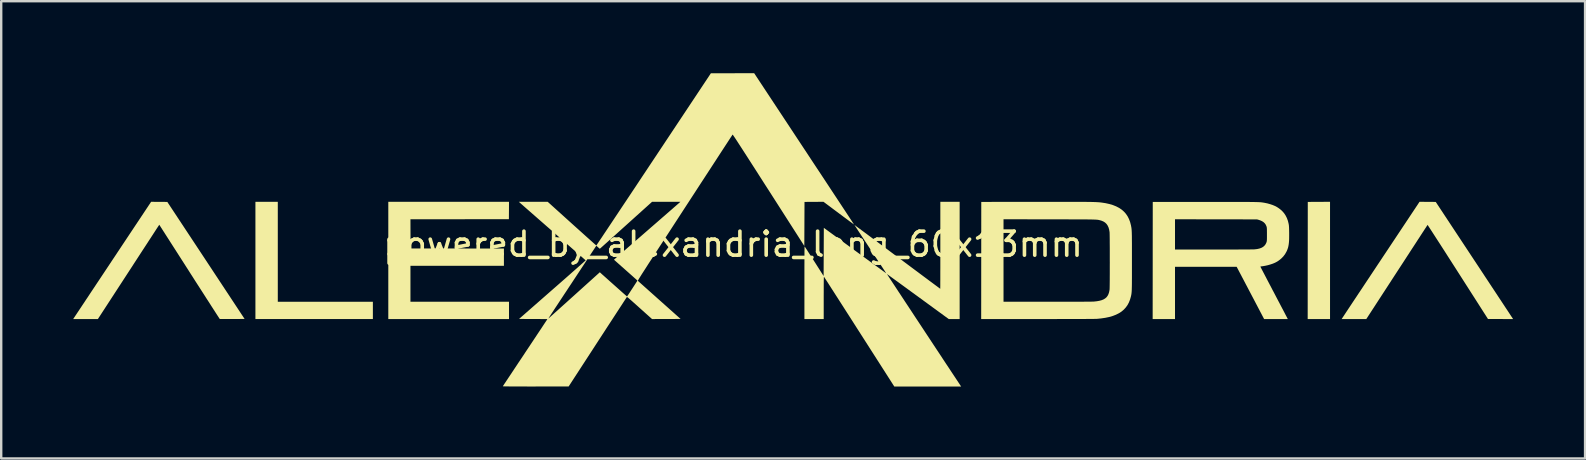
<source format=kicad_pcb>
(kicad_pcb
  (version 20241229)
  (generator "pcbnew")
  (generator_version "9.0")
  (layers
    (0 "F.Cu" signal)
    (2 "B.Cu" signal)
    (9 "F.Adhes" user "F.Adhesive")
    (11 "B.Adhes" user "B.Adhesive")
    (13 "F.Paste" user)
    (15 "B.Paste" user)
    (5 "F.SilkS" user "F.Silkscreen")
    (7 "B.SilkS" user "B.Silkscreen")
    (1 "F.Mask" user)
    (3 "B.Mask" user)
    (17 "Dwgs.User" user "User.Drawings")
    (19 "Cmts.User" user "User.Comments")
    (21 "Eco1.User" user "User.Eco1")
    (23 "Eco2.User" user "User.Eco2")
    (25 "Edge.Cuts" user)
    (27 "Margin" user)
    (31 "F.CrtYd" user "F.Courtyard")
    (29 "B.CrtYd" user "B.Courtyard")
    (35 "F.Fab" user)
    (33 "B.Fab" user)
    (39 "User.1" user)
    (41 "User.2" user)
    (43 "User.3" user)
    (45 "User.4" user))
  (footprint "powered_by_alexandria_long_60x13mm"
    (layer "F.Cu")
    (at 27.497 7.128)
    (property "Reference" "powered_by_alexandria_long_60x13mm" (at 0 0 0) (unlocked yes) (layer "F.SilkS") (effects (font (size 1 1) (thickness 0.15))))
    (fp_poly (pts (xy -18.971 2.397) (xy -15.009 2.397) (xy -15.009 3.117) (xy -19.903 3.117) (xy -19.903 -1.768) (xy -18.971 -1.768)) (stroke (width 0) (type solid)) (fill yes) (layer "F.SilkS"))
    (fp_poly (pts (xy 24.877 3.117) (xy 23.946 3.117) (xy 23.948 0.676) (xy 23.95 -1.764) (xy 24.414 -1.766) (xy 24.877 -1.769)) (stroke (width 0) (type solid)) (fill yes) (layer "F.SilkS"))
    (fp_poly (pts (xy -9.338 -1.406) (xy -9.341 -1.044) (xy -11.392 -1.042) (xy -13.443 -1.04) (xy -13.441 -0.433) (xy -13.438 0.175) (xy -9.548 0.179) (xy -9.548 0.899) (xy -13.443 0.899) (xy -13.443 2.397) (xy -9.336 2.397) (xy -9.336 3.117) (xy -14.366 3.117) (xy -14.366 -1.768) (xy -9.336 -1.768)) (stroke (width 0) (type solid)) (fill yes) (layer "F.SilkS"))
    (fp_poly (pts (xy -23.913 -1.766) (xy -23.575 -1.764) (xy -21.964 0.674) (xy -20.354 3.113) (xy -20.867 3.115) (xy -20.959 3.115) (xy -21.046 3.115) (xy -21.126 3.115) (xy -21.198 3.115) (xy -21.261 3.115) (xy -21.314 3.115) (xy -21.353 3.115) (xy -21.379 3.114) (xy -21.389 3.114) (xy -21.389 3.114) (xy -21.395 3.106) (xy -21.409 3.085) (xy -21.431 3.051) (xy -21.462 3.004) (xy -21.5 2.946) (xy -21.545 2.876) (xy -21.597 2.795) (xy -21.656 2.704) (xy -21.721 2.603) (xy -21.791 2.493) (xy -21.867 2.375) (xy -21.949 2.249) (xy -22.034 2.115) (xy -22.124 1.975) (xy -22.218 1.829) (xy -22.316 1.677) (xy -22.417 1.52) (xy -22.52 1.358) (xy -22.626 1.193) (xy -22.654 1.148) (xy -23.91 -0.813) (xy -23.97 -0.721) (xy -23.98 -0.706) (xy -23.999 -0.677) (xy -24.026 -0.636) (xy -24.061 -0.582) (xy -24.104 -0.516) (xy -24.154 -0.439) (xy -24.21 -0.352) (xy -24.273 -0.255) (xy -24.343 -0.149) (xy -24.417 -0.034) (xy -24.497 0.088) (xy -24.582 0.218) (xy -24.671 0.355) (xy -24.764 0.498) (xy -24.86 0.646) (xy -24.96 0.799) (xy -25.062 0.957) (xy -25.167 1.118) (xy -25.249 1.244) (xy -26.468 3.117) (xy -27.497 3.117) (xy -27.11 2.534) (xy -27.07 2.474) (xy -27.021 2.401) (xy -26.965 2.315) (xy -26.9 2.219) (xy -26.829 2.111) (xy -26.751 1.993) (xy -26.667 1.867) (xy -26.577 1.732) (xy -26.483 1.59) (xy -26.384 1.442) (xy -26.282 1.288) (xy -26.176 1.129) (xy -26.068 0.966) (xy -25.958 0.801) (xy -25.847 0.633) (xy -25.734 0.464) (xy -25.622 0.294) (xy -25.509 0.125) (xy -25.487 0.091) (xy -24.25 -1.768)) (stroke (width 0) (type solid)) (fill yes) (layer "F.SilkS"))
    (fp_poly (pts (xy 28.944 -1.766) (xy 29.282 -1.764) (xy 30.75 0.458) (xy 30.868 0.637) (xy 30.985 0.814) (xy 31.1 0.987) (xy 31.212 1.157) (xy 31.321 1.323) (xy 31.428 1.484) (xy 31.53 1.639) (xy 31.629 1.789) (xy 31.723 1.931) (xy 31.813 2.067) (xy 31.897 2.195) (xy 31.976 2.314) (xy 32.049 2.424) (xy 32.115 2.525) (xy 32.174 2.615) (xy 32.227 2.694) (xy 32.272 2.762) (xy 32.309 2.818) (xy 32.337 2.861) (xy 32.357 2.891) (xy 32.362 2.899) (xy 32.505 3.117) (xy 31.46 3.116) (xy 30.204 1.152) (xy 30.097 0.985) (xy 29.993 0.823) (xy 29.892 0.665) (xy 29.793 0.511) (xy 29.699 0.364) (xy 29.608 0.222) (xy 29.521 0.087) (xy 29.439 -0.041) (xy 29.361 -0.161) (xy 29.289 -0.272) (xy 29.223 -0.375) (xy 29.163 -0.468) (xy 29.109 -0.551) (xy 29.062 -0.624) (xy 29.022 -0.685) (xy 28.99 -0.734) (xy 28.966 -0.771) (xy 28.949 -0.795) (xy 28.942 -0.805) (xy 28.941 -0.806) (xy 28.936 -0.798) (xy 28.923 -0.777) (xy 28.9 -0.743) (xy 28.87 -0.696) (xy 28.831 -0.637) (xy 28.786 -0.567) (xy 28.733 -0.487) (xy 28.674 -0.396) (xy 28.609 -0.295) (xy 28.537 -0.186) (xy 28.461 -0.068) (xy 28.379 0.058) (xy 28.292 0.191) (xy 28.201 0.331) (xy 28.106 0.477) (xy 28.008 0.628) (xy 27.906 0.785) (xy 27.801 0.946) (xy 27.694 1.11) (xy 27.662 1.159) (xy 26.389 3.117) (xy 25.361 3.117) (xy 25.57 2.8) (xy 25.592 2.767) (xy 25.623 2.72) (xy 25.662 2.661) (xy 25.71 2.589) (xy 25.765 2.506) (xy 25.827 2.412) (xy 25.896 2.308) (xy 25.972 2.195) (xy 26.053 2.072) (xy 26.14 1.942) (xy 26.232 1.804) (xy 26.328 1.659) (xy 26.429 1.507) (xy 26.533 1.351) (xy 26.64 1.189) (xy 26.751 1.023) (xy 26.863 0.853) (xy 26.978 0.681) (xy 27.094 0.506) (xy 27.193 0.358) (xy 28.607 -1.769)) (stroke (width 0) (type solid)) (fill yes) (layer "F.SilkS"))
    (fp_poly (pts (xy 20.12 -1.764) (xy 20.32 -1.764) (xy 20.504 -1.764) (xy 20.673 -1.764) (xy 20.83 -1.764) (xy 20.973 -1.764) (xy 21.104 -1.764) (xy 21.223 -1.763) (xy 21.331 -1.763) (xy 21.428 -1.762) (xy 21.516 -1.762) (xy 21.595 -1.761) (xy 21.666 -1.76) (xy 21.728 -1.759) (xy 21.784 -1.758) (xy 21.833 -1.757) (xy 21.876 -1.755) (xy 21.914 -1.754) (xy 21.948 -1.752) (xy 21.977 -1.75) (xy 22.004 -1.748) (xy 22.028 -1.745) (xy 22.05 -1.742) (xy 22.071 -1.739) (xy 22.091 -1.736) (xy 22.111 -1.733) (xy 22.132 -1.729) (xy 22.155 -1.725) (xy 22.155 -1.725) (xy 22.267 -1.702) (xy 22.378 -1.671) (xy 22.483 -1.636) (xy 22.579 -1.596) (xy 22.615 -1.579) (xy 22.67 -1.548) (xy 22.731 -1.508) (xy 22.791 -1.464) (xy 22.845 -1.419) (xy 22.872 -1.394) (xy 22.954 -1.304) (xy 23.022 -1.204) (xy 23.078 -1.095) (xy 23.122 -0.975) (xy 23.151 -0.857) (xy 23.156 -0.83) (xy 23.16 -0.804) (xy 23.164 -0.776) (xy 23.166 -0.744) (xy 23.169 -0.706) (xy 23.17 -0.659) (xy 23.172 -0.602) (xy 23.173 -0.531) (xy 23.174 -0.472) (xy 23.174 -0.349) (xy 23.173 -0.242) (xy 23.17 -0.147) (xy 23.163 -0.063) (xy 23.154 0.012) (xy 23.142 0.08) (xy 23.127 0.143) (xy 23.107 0.202) (xy 23.084 0.261) (xy 23.061 0.31) (xy 23.002 0.414) (xy 22.928 0.511) (xy 22.841 0.599) (xy 22.742 0.678) (xy 22.634 0.745) (xy 22.579 0.773) (xy 22.492 0.809) (xy 22.394 0.842) (xy 22.29 0.872) (xy 22.183 0.896) (xy 22.08 0.914) (xy 22.03 0.92) (xy 21.999 0.924) (xy 21.983 0.928) (xy 21.977 0.934) (xy 21.977 0.94) (xy 21.982 0.949) (xy 21.994 0.972) (xy 22.013 1.008) (xy 22.038 1.057) (xy 22.07 1.118) (xy 22.107 1.189) (xy 22.149 1.269) (xy 22.196 1.359) (xy 22.247 1.457) (xy 22.302 1.562) (xy 22.36 1.673) (xy 22.422 1.79) (xy 22.485 1.912) (xy 22.532 1.999) (xy 22.597 2.124) (xy 22.66 2.245) (xy 22.721 2.361) (xy 22.78 2.472) (xy 22.834 2.576) (xy 22.885 2.673) (xy 22.932 2.762) (xy 22.974 2.842) (xy 23.01 2.912) (xy 23.041 2.971) (xy 23.066 3.019) (xy 23.084 3.053) (xy 23.095 3.075) (xy 23.099 3.081) (xy 23.117 3.117) (xy 22.623 3.117) (xy 22.13 3.117) (xy 21.559 2.029) (xy 20.987 0.941) (xy 18.417 0.941) (xy 18.417 3.117) (xy 17.486 3.117) (xy 17.488 0.676) (xy 17.488 0.221) (xy 18.417 0.221) (xy 20.015 0.221) (xy 20.18 0.221) (xy 20.342 0.221) (xy 20.499 0.221) (xy 20.651 0.22) (xy 20.796 0.22) (xy 20.934 0.219) (xy 21.065 0.219) (xy 21.186 0.218) (xy 21.298 0.218) (xy 21.398 0.217) (xy 21.487 0.217) (xy 21.564 0.216) (xy 21.627 0.215) (xy 21.676 0.214) (xy 21.709 0.214) (xy 21.725 0.213) (xy 21.835 0.201) (xy 21.931 0.18) (xy 22.014 0.151) (xy 22.083 0.113) (xy 22.14 0.065) (xy 22.186 0.008) (xy 22.221 -0.06) (xy 22.23 -0.086) (xy 22.235 -0.101) (xy 22.239 -0.117) (xy 22.242 -0.134) (xy 22.244 -0.156) (xy 22.246 -0.184) (xy 22.247 -0.22) (xy 22.248 -0.267) (xy 22.248 -0.326) (xy 22.248 -0.399) (xy 22.248 -0.414) (xy 22.248 -0.49) (xy 22.247 -0.552) (xy 22.247 -0.6) (xy 22.246 -0.638) (xy 22.244 -0.667) (xy 22.242 -0.69) (xy 22.239 -0.708) (xy 22.235 -0.724) (xy 22.231 -0.74) (xy 22.23 -0.742) (xy 22.2 -0.812) (xy 22.158 -0.872) (xy 22.105 -0.922) (xy 22.039 -0.964) (xy 21.958 -0.999) (xy 21.901 -1.017) (xy 21.834 -1.036) (xy 20.125 -1.038) (xy 18.417 -1.041) (xy 18.417 0.221) (xy 17.488 0.221) (xy 17.49 -1.764) (xy 19.675 -1.764) (xy 19.906 -1.764)) (stroke (width 0) (type solid)) (fill yes) (layer "F.SilkS"))
    (fp_poly (pts (xy 13.849 -1.767) (xy 14.005 -1.767) (xy 14.149 -1.767) (xy 14.28 -1.767) (xy 14.401 -1.767) (xy 14.511 -1.766) (xy 14.611 -1.765) (xy 14.701 -1.765) (xy 14.783 -1.764) (xy 14.857 -1.763) (xy 14.923 -1.762) (xy 14.982 -1.761) (xy 15.036 -1.759) (xy 15.083 -1.758) (xy 15.126 -1.756) (xy 15.164 -1.754) (xy 15.199 -1.752) (xy 15.231 -1.75) (xy 15.26 -1.748) (xy 15.287 -1.745) (xy 15.314 -1.742) (xy 15.339 -1.739) (xy 15.344 -1.739) (xy 15.521 -1.712) (xy 15.683 -1.676) (xy 15.831 -1.632) (xy 15.965 -1.578) (xy 16.086 -1.515) (xy 16.194 -1.443) (xy 16.289 -1.36) (xy 16.371 -1.268) (xy 16.441 -1.165) (xy 16.499 -1.051) (xy 16.546 -0.926) (xy 16.581 -0.791) (xy 16.588 -0.756) (xy 16.592 -0.731) (xy 16.597 -0.706) (xy 16.601 -0.681) (xy 16.604 -0.655) (xy 16.607 -0.627) (xy 16.61 -0.597) (xy 16.612 -0.562) (xy 16.614 -0.523) (xy 16.616 -0.478) (xy 16.617 -0.426) (xy 16.619 -0.367) (xy 16.62 -0.3) (xy 16.62 -0.223) (xy 16.621 -0.136) (xy 16.622 -0.038) (xy 16.622 0.072) (xy 16.622 0.196) (xy 16.622 0.333) (xy 16.622 0.485) (xy 16.622 0.653) (xy 16.622 0.698) (xy 16.622 0.872) (xy 16.622 1.029) (xy 16.622 1.171) (xy 16.622 1.299) (xy 16.622 1.414) (xy 16.621 1.516) (xy 16.621 1.607) (xy 16.62 1.687) (xy 16.619 1.758) (xy 16.617 1.82) (xy 16.616 1.874) (xy 16.614 1.921) (xy 16.612 1.962) (xy 16.609 1.997) (xy 16.606 2.029) (xy 16.603 2.057) (xy 16.599 2.083) (xy 16.595 2.107) (xy 16.59 2.131) (xy 16.585 2.155) (xy 16.579 2.18) (xy 16.579 2.181) (xy 16.542 2.31) (xy 16.494 2.43) (xy 16.435 2.539) (xy 16.364 2.637) (xy 16.282 2.726) (xy 16.187 2.806) (xy 16.079 2.875) (xy 15.958 2.936) (xy 15.825 2.988) (xy 15.677 3.031) (xy 15.515 3.065) (xy 15.339 3.091) (xy 15.17 3.108) (xy 15.148 3.109) (xy 15.11 3.11) (xy 15.056 3.111) (xy 14.987 3.112) (xy 14.902 3.112) (xy 14.801 3.113) (xy 14.684 3.114) (xy 14.55 3.114) (xy 14.401 3.115) (xy 14.235 3.115) (xy 14.053 3.116) (xy 13.854 3.116) (xy 13.639 3.116) (xy 13.407 3.117) (xy 13.159 3.117) (xy 12.894 3.117) (xy 12.695 3.117) (xy 10.34 3.117) (xy 10.341 2.397) (xy 11.271 2.397) (xy 13.094 2.397) (xy 13.32 2.397) (xy 13.533 2.397) (xy 13.734 2.397) (xy 13.922 2.397) (xy 14.096 2.396) (xy 14.257 2.396) (xy 14.403 2.395) (xy 14.535 2.395) (xy 14.653 2.394) (xy 14.755 2.393) (xy 14.842 2.392) (xy 14.914 2.392) (xy 14.969 2.391) (xy 15.008 2.39) (xy 15.031 2.389) (xy 15.155 2.376) (xy 15.263 2.357) (xy 15.357 2.332) (xy 15.438 2.299) (xy 15.506 2.258) (xy 15.563 2.209) (xy 15.608 2.15) (xy 15.643 2.081) (xy 15.669 2.002) (xy 15.687 1.911) (xy 15.691 1.881) (xy 15.692 1.862) (xy 15.693 1.827) (xy 15.694 1.777) (xy 15.695 1.715) (xy 15.696 1.64) (xy 15.697 1.555) (xy 15.698 1.46) (xy 15.698 1.358) (xy 15.699 1.248) (xy 15.699 1.132) (xy 15.699 1.012) (xy 15.699 0.889) (xy 15.7 0.764) (xy 15.699 0.638) (xy 15.699 0.512) (xy 15.699 0.389) (xy 15.699 0.268) (xy 15.699 0.151) (xy 15.698 0.04) (xy 15.697 -0.064) (xy 15.697 -0.16) (xy 15.696 -0.247) (xy 15.695 -0.324) (xy 15.694 -0.389) (xy 15.693 -0.441) (xy 15.692 -0.478) (xy 15.691 -0.5) (xy 15.691 -0.503) (xy 15.673 -0.609) (xy 15.646 -0.702) (xy 15.608 -0.782) (xy 15.56 -0.85) (xy 15.5 -0.906) (xy 15.429 -0.95) (xy 15.347 -0.984) (xy 15.31 -0.994) (xy 15.293 -0.999) (xy 15.278 -1.003) (xy 15.263 -1.006) (xy 15.248 -1.01) (xy 15.233 -1.013) (xy 15.217 -1.016) (xy 15.199 -1.019) (xy 15.178 -1.021) (xy 15.154 -1.023) (xy 15.126 -1.025) (xy 15.094 -1.027) (xy 15.056 -1.028) (xy 15.012 -1.03) (xy 14.961 -1.031) (xy 14.903 -1.032) (xy 14.837 -1.033) (xy 14.762 -1.034) (xy 14.677 -1.034) (xy 14.583 -1.035) (xy 14.477 -1.035) (xy 14.36 -1.036) (xy 14.231 -1.036) (xy 14.089 -1.036) (xy 13.933 -1.037) (xy 13.763 -1.037) (xy 13.578 -1.037) (xy 13.377 -1.037) (xy 13.196 -1.038) (xy 11.271 -1.041) (xy 11.271 2.397) (xy 10.341 2.397) (xy 10.342 0.676) (xy 10.344 -1.764) (xy 12.613 -1.767) (xy 12.858 -1.767) (xy 13.086 -1.767) (xy 13.299 -1.767) (xy 13.496 -1.767) (xy 13.679 -1.767)) (stroke (width 0) (type solid)) (fill yes) (layer "F.SilkS"))
    (fp_poly (pts (xy 9.443 3.117) (xy 8.988 3.117) (xy 7.702 2.178) (xy 7.57 2.082) (xy 7.442 1.989) (xy 7.319 1.899) (xy 7.2 1.812) (xy 7.087 1.73) (xy 6.981 1.653) (xy 6.882 1.58) (xy 6.79 1.514) (xy 6.706 1.453) (xy 6.632 1.399) (xy 6.567 1.352) (xy 6.513 1.313) (xy 6.47 1.282) (xy 6.438 1.259) (xy 6.419 1.246) (xy 6.413 1.242) (xy 6.417 1.249) (xy 6.431 1.27) (xy 6.453 1.303) (xy 6.483 1.35) (xy 6.521 1.408) (xy 6.567 1.478) (xy 6.62 1.558) (xy 6.68 1.649) (xy 6.746 1.749) (xy 6.818 1.859) (xy 6.896 1.978) (xy 6.98 2.104) (xy 7.068 2.238) (xy 7.161 2.38) (xy 7.259 2.528) (xy 7.36 2.681) (xy 7.465 2.84) (xy 7.573 3.005) (xy 7.684 3.173) (xy 7.798 3.345) (xy 7.914 3.521) (xy 8.031 3.699) (xy 8.15 3.879) (xy 8.27 4.061) (xy 8.391 4.244) (xy 8.512 4.427) (xy 8.634 4.611) (xy 8.754 4.794) (xy 8.874 4.976) (xy 8.994 5.156) (xy 9.111 5.334) (xy 9.227 5.509) (xy 9.341 5.681) (xy 9.452 5.849) (xy 9.491 5.909) (xy 9.504 5.928) (xy 6.719 5.928) (xy 5.26 3.648) (xy 5.145 3.469) (xy 5.033 3.293) (xy 4.923 3.121) (xy 4.816 2.954) (xy 4.712 2.792) (xy 4.612 2.636) (xy 4.516 2.486) (xy 4.425 2.344) (xy 4.338 2.208) (xy 4.256 2.081) (xy 4.18 1.962) (xy 4.109 1.852) (xy 4.045 1.751) (xy 3.987 1.661) (xy 3.936 1.581) (xy 3.891 1.513) (xy 3.855 1.456) (xy 3.826 1.411) (xy 3.805 1.379) (xy 3.793 1.361) (xy 3.79 1.356) (xy 3.788 1.356) (xy 3.786 1.361) (xy 3.785 1.372) (xy 3.784 1.39) (xy 3.783 1.416) (xy 3.782 1.45) (xy 3.781 1.493) (xy 3.78 1.547) (xy 3.78 1.612) (xy 3.779 1.689) (xy 3.779 1.778) (xy 3.779 1.882) (xy 3.779 2) (xy 3.778 2.133) (xy 3.778 2.23) (xy 3.778 3.117) (xy 2.974 3.117) (xy 2.974 1.6) (xy 2.974 1.408) (xy 2.974 1.233) (xy 2.974 1.073) (xy 2.974 0.928) (xy 2.975 0.798) (xy 2.975 0.681) (xy 2.975 0.577) (xy 2.976 0.485) (xy 2.976 0.405) (xy 2.976 0.336) (xy 2.977 0.277) (xy 2.978 0.227) (xy 2.979 0.187) (xy 2.979 0.155) (xy 2.98 0.13) (xy 2.981 0.113) (xy 2.983 0.101) (xy 2.984 0.095) (xy 2.985 0.094) (xy 2.986 0.095) (xy 2.992 0.103) (xy 3.006 0.126) (xy 3.029 0.16) (xy 3.058 0.205) (xy 3.094 0.26) (xy 3.135 0.325) (xy 3.182 0.397) (xy 3.232 0.476) (xy 3.287 0.561) (xy 3.344 0.65) (xy 3.386 0.715) (xy 3.774 1.324) (xy 3.783 -0.684) (xy 5.082 0.264) (xy 5.214 0.36) (xy 5.343 0.454) (xy 5.467 0.545) (xy 5.586 0.632) (xy 5.7 0.715) (xy 5.807 0.793) (xy 5.907 0.866) (xy 5.999 0.933) (xy 6.084 0.994) (xy 6.159 1.049) (xy 6.224 1.097) (xy 6.279 1.137) (xy 6.323 1.169) (xy 6.356 1.192) (xy 6.376 1.207) (xy 6.383 1.212) (xy 6.383 1.212) (xy 6.382 1.21) (xy 6.379 1.204) (xy 6.372 1.194) (xy 6.362 1.178) (xy 6.348 1.157) (xy 6.33 1.129) (xy 6.308 1.094) (xy 6.28 1.052) (xy 6.247 1.002) (xy 6.209 0.944) (xy 6.164 0.876) (xy 6.113 0.799) (xy 6.055 0.711) (xy 5.99 0.612) (xy 5.918 0.503) (xy 5.837 0.381) (xy 5.749 0.246) (xy 5.651 0.099) (xy 5.562 -0.037) (xy 5.494 -0.139) (xy 5.429 -0.238) (xy 5.367 -0.331) (xy 5.31 -0.419) (xy 5.256 -0.5) (xy 5.208 -0.574) (xy 5.166 -0.638) (xy 5.13 -0.694) (xy 5.101 -0.739) (xy 5.079 -0.772) (xy 5.066 -0.794) (xy 5.061 -0.802) (xy 5.061 -0.802) (xy 5.068 -0.797) (xy 5.088 -0.783) (xy 5.12 -0.759) (xy 5.165 -0.726) (xy 5.22 -0.685) (xy 5.287 -0.636) (xy 5.363 -0.579) (xy 5.45 -0.515) (xy 5.545 -0.445) (xy 5.649 -0.367) (xy 5.76 -0.284) (xy 5.879 -0.196) (xy 6.005 -0.102) (xy 6.138 -0.003) (xy 6.276 0.099) (xy 6.419 0.206) (xy 6.566 0.316) (xy 6.718 0.429) (xy 6.847 0.525) (xy 7.002 0.641) (xy 7.153 0.753) (xy 7.3 0.863) (xy 7.442 0.969) (xy 7.579 1.071) (xy 7.711 1.169) (xy 7.835 1.262) (xy 7.953 1.35) (xy 8.064 1.432) (xy 8.166 1.509) (xy 8.26 1.578) (xy 8.345 1.641) (xy 8.42 1.697) (xy 8.485 1.745) (xy 8.539 1.785) (xy 8.581 1.816) (xy 8.611 1.839) (xy 8.629 1.852) (xy 8.634 1.855) (xy 8.635 1.847) (xy 8.635 1.823) (xy 8.635 1.783) (xy 8.636 1.728) (xy 8.636 1.66) (xy 8.636 1.578) (xy 8.637 1.485) (xy 8.637 1.38) (xy 8.637 1.264) (xy 8.637 1.138) (xy 8.638 1.003) (xy 8.638 0.859) (xy 8.638 0.708) (xy 8.638 0.55) (xy 8.638 0.386) (xy 8.638 0.217) (xy 8.638 0.043) (xy 8.638 -1.768) (xy 9.443 -1.768)) (stroke (width 0) (type solid)) (fill yes) (layer "F.SilkS"))
    (fp_poly (pts (xy 2.96 -3.979) (xy 3.099 -3.769) (xy 3.235 -3.562) (xy 3.369 -3.359) (xy 3.5 -3.161) (xy 3.628 -2.968) (xy 3.752 -2.78) (xy 3.872 -2.598) (xy 3.988 -2.422) (xy 4.099 -2.253) (xy 4.206 -2.091) (xy 4.308 -1.937) (xy 4.404 -1.791) (xy 4.495 -1.653) (xy 4.58 -1.524) (xy 4.659 -1.405) (xy 4.731 -1.295) (xy 4.797 -1.196) (xy 4.855 -1.107) (xy 4.906 -1.03) (xy 4.949 -0.965) (xy 4.984 -0.911) (xy 5.011 -0.87) (xy 5.029 -0.842) (xy 5.039 -0.827) (xy 5.04 -0.825) (xy 5.033 -0.829) (xy 5.015 -0.842) (xy 4.985 -0.863) (xy 4.946 -0.892) (xy 4.9 -0.926) (xy 4.846 -0.965) (xy 4.788 -1.009) (xy 4.754 -1.034) (xy 4.686 -1.085) (xy 4.606 -1.144) (xy 4.52 -1.209) (xy 4.429 -1.276) (xy 4.337 -1.345) (xy 4.247 -1.412) (xy 4.162 -1.475) (xy 4.119 -1.508) (xy 3.769 -1.769) (xy 3.374 -1.766) (xy 2.978 -1.764) (xy 2.974 -0.846) (xy 2.97 0.071) (xy 1.481 -2.255) (xy 1.338 -2.477) (xy 1.205 -2.685) (xy 1.08 -2.88) (xy 0.964 -3.062) (xy 0.855 -3.231) (xy 0.755 -3.387) (xy 0.662 -3.532) (xy 0.576 -3.666) (xy 0.497 -3.788) (xy 0.425 -3.9) (xy 0.36 -4.001) (xy 0.3 -4.093) (xy 0.247 -4.175) (xy 0.2 -4.248) (xy 0.158 -4.313) (xy 0.121 -4.369) (xy 0.089 -4.417) (xy 0.062 -4.458) (xy 0.039 -4.492) (xy 0.02 -4.519) (xy 0.006 -4.54) (xy -0.005 -4.555) (xy -0.013 -4.564) (xy -0.018 -4.569) (xy -0.019 -4.569) (xy -0.024 -4.562) (xy -0.039 -4.54) (xy -0.061 -4.505) (xy -0.093 -4.458) (xy -0.132 -4.398) (xy -0.179 -4.326) (xy -0.233 -4.243) (xy -0.295 -4.148) (xy -0.363 -4.044) (xy -0.438 -3.929) (xy -0.519 -3.805) (xy -0.606 -3.671) (xy -0.698 -3.529) (xy -0.796 -3.379) (xy -0.899 -3.221) (xy -1.007 -3.055) (xy -1.119 -2.883) (xy -1.235 -2.705) (xy -1.355 -2.521) (xy -1.479 -2.331) (xy -1.605 -2.136) (xy -1.735 -1.937) (xy -1.867 -1.734) (xy -2.002 -1.527) (xy -2.004 -1.524) (xy -2.165 -1.276) (xy -2.317 -1.042) (xy -2.461 -0.821) (xy -2.596 -0.613) (xy -2.723 -0.418) (xy -2.842 -0.235) (xy -2.953 -0.064) (xy -3.057 0.095) (xy -3.154 0.244) (xy -3.243 0.382) (xy -3.326 0.51) (xy -3.402 0.628) (xy -3.473 0.736) (xy -3.537 0.835) (xy -3.595 0.926) (xy -3.648 1.009) (xy -3.696 1.083) (xy -3.739 1.15) (xy -3.778 1.21) (xy -3.812 1.263) (xy -3.841 1.31) (xy -3.867 1.351) (xy -3.889 1.387) (xy -3.908 1.417) (xy -3.924 1.443) (xy -3.936 1.464) (xy -3.946 1.481) (xy -3.954 1.495) (xy -3.959 1.506) (xy -3.963 1.514) (xy -3.965 1.519) (xy -3.965 1.523) (xy -3.965 1.525) (xy -3.965 1.525) (xy -3.957 1.532) (xy -3.937 1.55) (xy -3.906 1.578) (xy -3.865 1.615) (xy -3.814 1.661) (xy -3.754 1.714) (xy -3.685 1.776) (xy -3.609 1.843) (xy -3.527 1.917) (xy -3.438 1.996) (xy -3.344 2.08) (xy -3.245 2.168) (xy -3.143 2.26) (xy -3.068 2.326) (xy -2.185 3.113) (xy -2.78 3.115) (xy -3.376 3.117) (xy -3.895 2.652) (xy -3.988 2.568) (xy -4.069 2.496) (xy -4.14 2.433) (xy -4.2 2.379) (xy -4.251 2.334) (xy -4.294 2.297) (xy -4.328 2.267) (xy -4.356 2.243) (xy -4.378 2.226) (xy -4.395 2.213) (xy -4.407 2.205) (xy -4.415 2.201) (xy -4.421 2.2) (xy -4.424 2.201) (xy -4.426 2.202) (xy -4.431 2.21) (xy -4.446 2.232) (xy -4.469 2.267) (xy -4.5 2.314) (xy -4.539 2.373) (xy -4.585 2.444) (xy -4.637 2.525) (xy -4.697 2.616) (xy -4.762 2.716) (xy -4.834 2.826) (xy -4.91 2.943) (xy -4.992 3.069) (xy -5.078 3.201) (xy -5.169 3.34) (xy -5.263 3.484) (xy -5.36 3.634) (xy -5.461 3.789) (xy -5.564 3.948) (xy -5.645 4.072) (xy -6.851 5.927) (xy -8.226 5.928) (xy -8.41 5.928) (xy -8.579 5.928) (xy -8.731 5.927) (xy -8.869 5.927) (xy -8.992 5.927) (xy -9.102 5.927) (xy -9.199 5.926) (xy -9.283 5.926) (xy -9.356 5.925) (xy -9.417 5.925) (xy -9.468 5.924) (xy -9.51 5.923) (xy -9.542 5.922) (xy -9.566 5.921) (xy -9.582 5.92) (xy -9.591 5.919) (xy -9.593 5.917) (xy -9.593 5.917) (xy -9.588 5.909) (xy -9.574 5.888) (xy -9.551 5.854) (xy -9.521 5.807) (xy -9.482 5.75) (xy -9.437 5.681) (xy -9.385 5.603) (xy -9.326 5.515) (xy -9.262 5.419) (xy -9.193 5.315) (xy -9.119 5.203) (xy -9.04 5.085) (xy -8.958 4.96) (xy -8.871 4.831) (xy -8.782 4.697) (xy -8.69 4.559) (xy -8.662 4.515) (xy -8.569 4.376) (xy -8.479 4.241) (xy -8.392 4.11) (xy -8.309 3.985) (xy -8.229 3.865) (xy -8.154 3.751) (xy -8.083 3.645) (xy -8.018 3.547) (xy -7.958 3.457) (xy -7.905 3.376) (xy -7.858 3.305) (xy -7.818 3.245) (xy -7.785 3.195) (xy -7.76 3.158) (xy -7.744 3.133) (xy -7.737 3.121) (xy -7.736 3.121) (xy -7.744 3.12) (xy -7.768 3.119) (xy -7.806 3.119) (xy -7.857 3.118) (xy -7.92 3.117) (xy -7.992 3.117) (xy -8.073 3.116) (xy -8.162 3.116) (xy -8.257 3.115) (xy -8.327 3.115) (xy -8.918 3.113) (xy -8.893 3.091) (xy -7.691 3.091) (xy -7.691 3.092) (xy -7.69 3.091) (xy -7.687 3.089) (xy -7.685 3.087) (xy -7.683 3.086) (xy -7.675 3.079) (xy -7.655 3.061) (xy -7.623 3.032) (xy -7.581 2.995) (xy -7.529 2.948) (xy -7.468 2.893) (xy -7.398 2.83) (xy -7.32 2.761) (xy -7.235 2.684) (xy -7.144 2.602) (xy -7.046 2.514) (xy -6.943 2.422) (xy -6.836 2.325) (xy -6.725 2.225) (xy -6.61 2.122) (xy -6.607 2.119) (xy -5.551 1.167) (xy -5.528 1.189) (xy -5.511 1.205) (xy -5.483 1.23) (xy -5.446 1.264) (xy -5.4 1.304) (xy -5.347 1.352) (xy -5.288 1.404) (xy -5.225 1.461) (xy -5.157 1.522) (xy -5.086 1.585) (xy -5.014 1.649) (xy -4.941 1.714) (xy -4.869 1.778) (xy -4.799 1.841) (xy -4.731 1.901) (xy -4.667 1.958) (xy -4.608 2.011) (xy -4.554 2.058) (xy -4.509 2.098) (xy -4.471 2.131) (xy -4.443 2.156) (xy -4.425 2.172) (xy -4.418 2.177) (xy -4.413 2.17) (xy -4.399 2.15) (xy -4.378 2.119) (xy -4.35 2.078) (xy -4.317 2.028) (xy -4.28 1.971) (xy -4.239 1.908) (xy -4.198 1.846) (xy -3.984 1.515) (xy -4.004 1.496) (xy -4.012 1.488) (xy -4.032 1.47) (xy -4.062 1.443) (xy -4.101 1.409) (xy -4.148 1.367) (xy -4.201 1.319) (xy -4.26 1.267) (xy -4.323 1.211) (xy -4.388 1.153) (xy -4.456 1.093) (xy -4.523 1.033) (xy -4.59 0.973) (xy -4.656 0.916) (xy -4.717 0.861) (xy -4.775 0.81) (xy -4.827 0.764) (xy -4.872 0.724) (xy -4.909 0.691) (xy -4.937 0.666) (xy -4.954 0.651) (xy -4.959 0.647) (xy -4.96 0.647) (xy -4.961 0.647) (xy -4.962 0.647) (xy -4.963 0.647) (xy -4.962 0.645) (xy -4.96 0.643) (xy -4.955 0.638) (xy -4.948 0.632) (xy -4.938 0.622) (xy -4.924 0.61) (xy -4.906 0.594) (xy -4.884 0.574) (xy -4.857 0.55) (xy -4.823 0.521) (xy -4.784 0.487) (xy -4.739 0.447) (xy -4.686 0.401) (xy -4.626 0.349) (xy -4.558 0.29) (xy -4.481 0.223) (xy -4.395 0.148) (xy -4.3 0.066) (xy -4.195 -0.026) (xy -4.08 -0.126) (xy -3.953 -0.236) (xy -3.815 -0.356) (xy -3.665 -0.486) (xy -3.549 -0.587) (xy -3.421 -0.699) (xy -3.295 -0.808) (xy -3.173 -0.914) (xy -3.056 -1.016) (xy -2.944 -1.114) (xy -2.837 -1.206) (xy -2.737 -1.294) (xy -2.644 -1.375) (xy -2.558 -1.449) (xy -2.481 -1.517) (xy -2.412 -1.577) (xy -2.352 -1.629) (xy -2.303 -1.672) (xy -2.264 -1.706) (xy -2.236 -1.731) (xy -2.22 -1.745) (xy -2.216 -1.748) (xy -2.195 -1.768) (xy -3.375 -1.768) (xy -4.461 -0.79) (xy -4.577 -0.686) (xy -4.689 -0.585) (xy -4.798 -0.487) (xy -4.901 -0.394) (xy -5 -0.305) (xy -5.092 -0.222) (xy -5.178 -0.145) (xy -5.257 -0.074) (xy -5.328 -0.011) (xy -5.39 0.045) (xy -5.443 0.092) (xy -5.486 0.131) (xy -5.519 0.16) (xy -5.541 0.179) (xy -5.55 0.187) (xy -5.551 0.187) (xy -5.559 0.182) (xy -5.577 0.168) (xy -5.602 0.146) (xy -5.627 0.124) (xy -5.697 0.061) (xy -6.612 1.447) (xy -6.731 1.628) (xy -6.842 1.795) (xy -6.943 1.949) (xy -7.037 2.09) (xy -7.122 2.22) (xy -7.2 2.337) (xy -7.27 2.444) (xy -7.334 2.541) (xy -7.391 2.627) (xy -7.442 2.704) (xy -7.486 2.773) (xy -7.526 2.833) (xy -7.56 2.885) (xy -7.589 2.929) (xy -7.614 2.967) (xy -7.635 2.999) (xy -7.651 3.025) (xy -7.665 3.046) (xy -7.675 3.062) (xy -7.682 3.074) (xy -7.687 3.083) (xy -7.69 3.088) (xy -7.691 3.091) (xy -8.893 3.091) (xy -7.527 1.894) (xy -7.394 1.778) (xy -7.266 1.666) (xy -7.141 1.556) (xy -7.021 1.451) (xy -6.906 1.35) (xy -6.797 1.254) (xy -6.695 1.163) (xy -6.599 1.079) (xy -6.51 1.001) (xy -6.43 0.929) (xy -6.358 0.866) (xy -6.296 0.81) (xy -6.243 0.763) (xy -6.201 0.725) (xy -6.17 0.697) (xy -6.15 0.678) (xy -6.142 0.67) (xy -6.142 0.67) (xy -6.149 0.664) (xy -6.168 0.647) (xy -6.199 0.62) (xy -6.24 0.584) (xy -6.292 0.538) (xy -6.354 0.484) (xy -6.425 0.422) (xy -6.505 0.352) (xy -6.593 0.275) (xy -6.688 0.192) (xy -6.79 0.103) (xy -6.899 0.008) (xy -7.013 -0.092) (xy -7.132 -0.196) (xy -7.256 -0.305) (xy -7.384 -0.416) (xy -7.515 -0.531) (xy -7.516 -0.532) (xy -7.647 -0.647) (xy -7.776 -0.759) (xy -7.9 -0.868) (xy -8.02 -0.973) (xy -8.135 -1.073) (xy -8.244 -1.169) (xy -8.347 -1.259) (xy -8.443 -1.343) (xy -8.532 -1.421) (xy -8.613 -1.492) (xy -8.685 -1.555) (xy -8.748 -1.611) (xy -8.801 -1.657) (xy -8.844 -1.695) (xy -8.876 -1.723) (xy -8.896 -1.741) (xy -8.904 -1.748) (xy -8.925 -1.768) (xy -8.324 -1.768) (xy -7.723 -1.768) (xy -6.714 -0.858) (xy -6.602 -0.757) (xy -6.494 -0.66) (xy -6.389 -0.566) (xy -6.29 -0.477) (xy -6.196 -0.392) (xy -6.108 -0.313) (xy -6.026 -0.24) (xy -5.952 -0.174) (xy -5.886 -0.115) (xy -5.829 -0.064) (xy -5.782 -0.022) (xy -5.744 0.012) (xy -5.717 0.035) (xy -5.702 0.049) (xy -5.698 0.051) (xy -5.693 0.044) (xy -5.679 0.024) (xy -5.656 -0.01) (xy -5.624 -0.057) (xy -5.585 -0.116) (xy -5.537 -0.188) (xy -5.481 -0.27) (xy -5.419 -0.364) (xy -5.349 -0.469) (xy -5.272 -0.584) (xy -5.189 -0.709) (xy -5.099 -0.844) (xy -5.003 -0.988) (xy -4.902 -1.14) (xy -4.795 -1.3) (xy -4.683 -1.469) (xy -4.566 -1.645) (xy -4.444 -1.827) (xy -4.318 -2.017) (xy -4.188 -2.212) (xy -4.054 -2.413) (xy -3.917 -2.62) (xy -3.777 -2.831) (xy -3.633 -3.047) (xy -3.487 -3.267) (xy -3.338 -3.491) (xy -3.308 -3.536) (xy -0.924 -7.124) (xy -0.022 -7.126) (xy 0.88 -7.128)) (stroke (width 0) (type solid)) (fill yes) (layer "F.SilkS")))
  (gr_rect
    (start -3 -3)
    (end 63.002 16.056)
    (stroke (width 0.1) (type default))
    (fill no)
    (layer "Edge.Cuts")))
</source>
